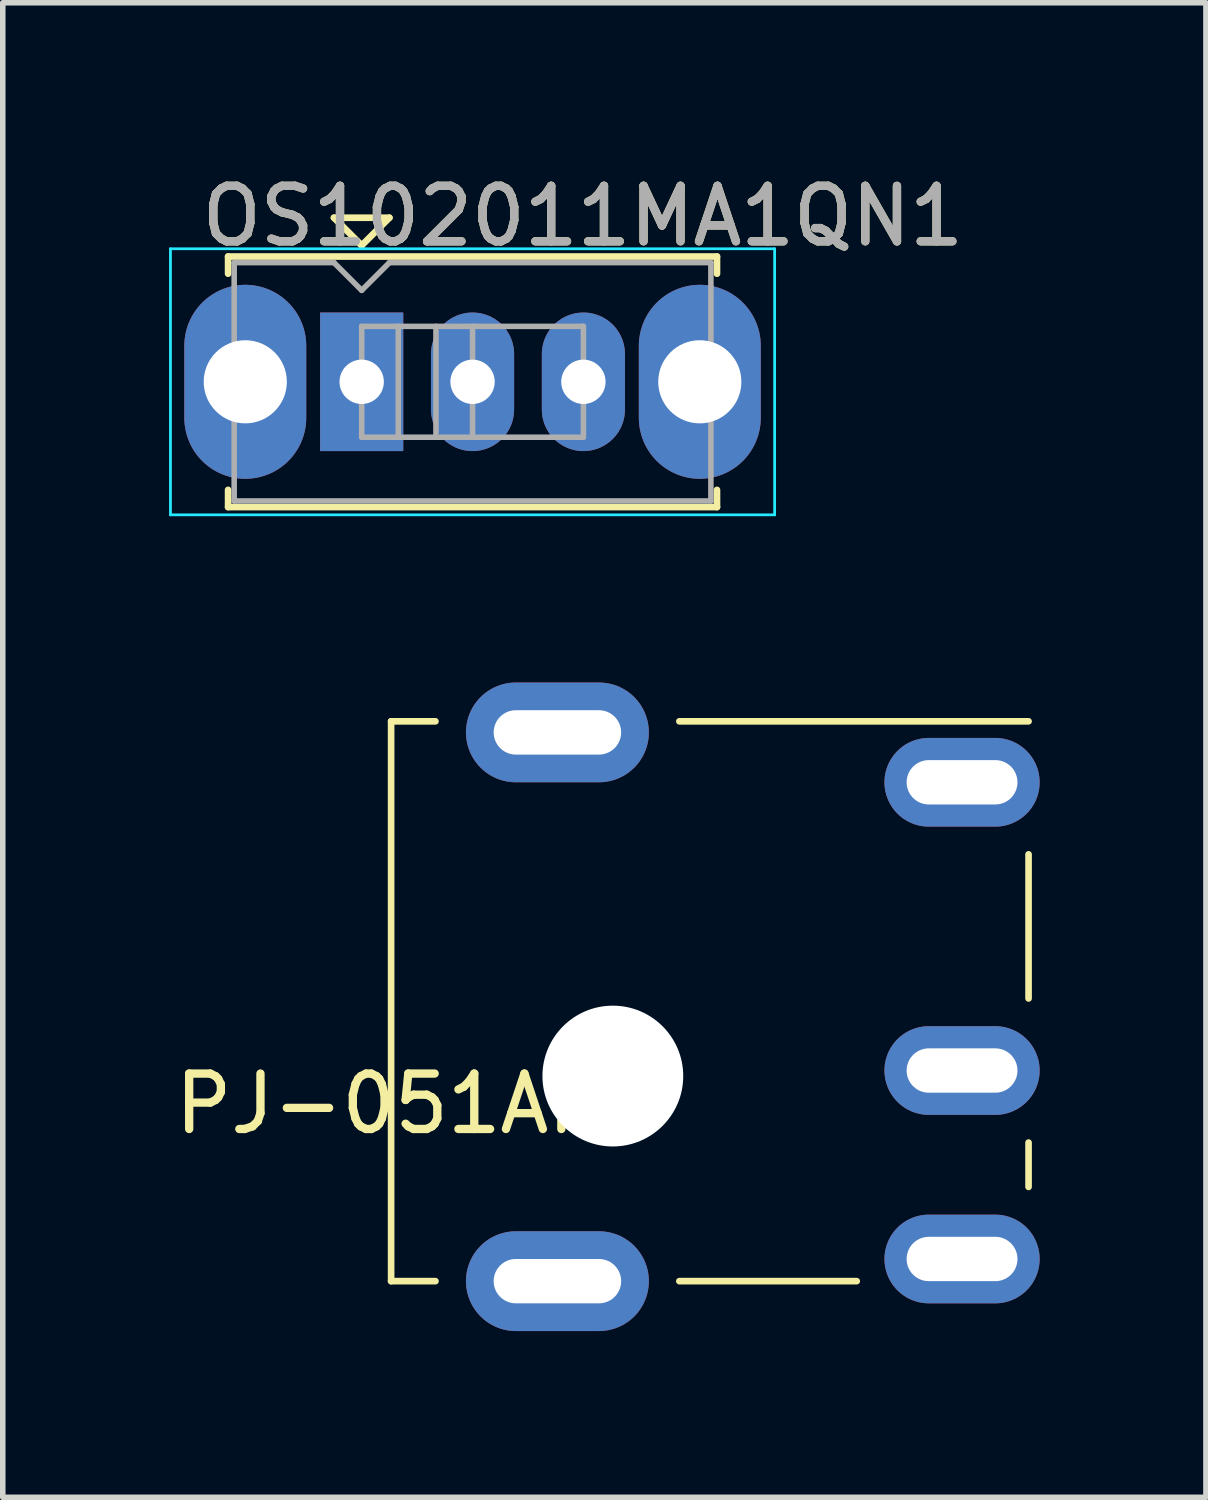
<source format=kicad_pcb>
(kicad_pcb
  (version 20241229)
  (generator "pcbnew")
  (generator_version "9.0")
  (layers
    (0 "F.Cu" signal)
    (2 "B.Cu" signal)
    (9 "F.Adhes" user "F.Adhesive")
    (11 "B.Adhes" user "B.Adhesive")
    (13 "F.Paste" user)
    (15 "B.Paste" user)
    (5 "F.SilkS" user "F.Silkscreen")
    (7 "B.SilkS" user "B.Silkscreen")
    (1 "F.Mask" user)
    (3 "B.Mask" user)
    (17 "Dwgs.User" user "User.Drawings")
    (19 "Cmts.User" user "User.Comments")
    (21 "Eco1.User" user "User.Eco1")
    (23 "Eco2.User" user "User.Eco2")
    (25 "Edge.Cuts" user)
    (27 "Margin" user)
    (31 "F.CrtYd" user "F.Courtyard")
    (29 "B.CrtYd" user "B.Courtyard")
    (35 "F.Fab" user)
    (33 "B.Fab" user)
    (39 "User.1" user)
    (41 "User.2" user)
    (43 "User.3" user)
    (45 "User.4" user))
  (footprint "OS102011MA1QN1"
    (layer "F.Cu")
    (at 3.475 3.838)
    (property "Reference" "OS102011MA1QN1" (at 3.99 -2.99 0) (layer "F.SilkS") (effects (font (size 1 1) (thickness 0.15))))
    (attr through_hole)
    (fp_line (start -2.41 -2.26) (end 6.41 -2.26) (stroke (width 0.12) (type solid)) (layer "F.SilkS"))
    (fp_line (start -2.41 -1.95) (end -2.41 -2.26) (stroke (width 0.12) (type solid)) (layer "F.SilkS"))
    (fp_line (start -2.41 2.26) (end -2.41 1.95) (stroke (width 0.12) (type solid)) (layer "F.SilkS"))
    (fp_line (start -0.5 -2.96) (end 0 -2.46) (stroke (width 0.12) (type solid)) (layer "F.SilkS"))
    (fp_line (start 0 -2.46) (end 0.5 -2.96) (stroke (width 0.12) (type solid)) (layer "F.SilkS"))
    (fp_line (start 0.5 -2.96) (end -0.5 -2.96) (stroke (width 0.12) (type solid)) (layer "F.SilkS"))
    (fp_line (start 6.41 -2.26) (end 6.41 -1.95) (stroke (width 0.12) (type solid)) (layer "F.SilkS"))
    (fp_line (start 6.41 2.26) (end -2.41 2.26) (stroke (width 0.12) (type solid)) (layer "F.SilkS"))
    (fp_line (start 6.41 2.26) (end 6.41 1.95) (stroke (width 0.12) (type solid)) (layer "F.SilkS"))
    (fp_line (start -3.45 -2.4) (end 7.45 -2.4) (stroke (width 0.05) (type solid)) (layer "B.CrtYd"))
    (fp_line (start -3.45 2.4) (end -3.45 -2.4) (stroke (width 0.05) (type solid)) (layer "B.CrtYd"))
    (fp_line (start 7.45 -2.4) (end 7.45 2.4) (stroke (width 0.05) (type solid)) (layer "B.CrtYd"))
    (fp_line (start 7.45 2.4) (end -3.45 2.4) (stroke (width 0.05) (type solid)) (layer "B.CrtYd"))
    (fp_line (start -2.3 -2.15) (end -0.5 -2.15) (stroke (width 0.1) (type solid)) (layer "F.Fab"))
    (fp_line (start -2.3 2.15) (end -2.3 -2.15) (stroke (width 0.1) (type solid)) (layer "F.Fab"))
    (fp_line (start -0.5 -2.15) (end 0 -1.65) (stroke (width 0.1) (type solid)) (layer "F.Fab"))
    (fp_line (start 0 -1.65) (end 0.5 -2.15) (stroke (width 0.1) (type solid)) (layer "F.Fab"))
    (fp_line (start 0 -1) (end 0 1) (stroke (width 0.1) (type solid)) (layer "F.Fab"))
    (fp_line (start 0 -1) (end 4 -1) (stroke (width 0.1) (type solid)) (layer "F.Fab"))
    (fp_line (start 0 1) (end 4 1) (stroke (width 0.1) (type solid)) (layer "F.Fab"))
    (fp_line (start 0.5 -2.15) (end 6.3 -2.15) (stroke (width 0.1) (type solid)) (layer "F.Fab"))
    (fp_line (start 0.66 -1) (end 0.66 1) (stroke (width 0.1) (type solid)) (layer "F.Fab"))
    (fp_line (start 1.34 -1) (end 1.34 1) (stroke (width 0.1) (type solid)) (layer "F.Fab"))
    (fp_line (start 2 -1) (end 2 1) (stroke (width 0.1) (type solid)) (layer "F.Fab"))
    (fp_line (start 4 -1) (end 4 1) (stroke (width 0.1) (type solid)) (layer "F.Fab"))
    (fp_line (start 6.3 -2.15) (end 6.3 2.15) (stroke (width 0.1) (type solid)) (layer "F.Fab"))
    (fp_line (start 6.3 2.15) (end -2.3 2.15) (stroke (width 0.1) (type solid)) (layer "F.Fab"))
    (fp_text user "${REFERENCE}" (at 3.99 -2.99 0) (layer "F.Fab") (effects (font (size 1 1) (thickness 0.15))))
    (pad "" thru_hole oval (at -2.1 0) (size 2.2 3.5) (drill 1.5) (layers "*.Cu" "*.Mask"))
    (pad "" thru_hole oval (at 6.1 0) (size 2.2 3.5) (drill 1.5) (layers "*.Cu" "*.Mask"))
    (pad "1" thru_hole rect (at 0 0) (size 1.5 2.5) (drill 0.8) (layers "*.Cu" "*.Mask"))
    (pad "2" thru_hole oval (at 2 0) (size 1.5 2.5) (drill 0.8) (layers "*.Cu" "*.Mask"))
    (pad "3" thru_hole oval (at 4 0) (size 1.5 2.5) (drill 0.8) (layers "*.Cu" "*.Mask")))
  (footprint "PJ-051AH"
    (layer "F.Cu")
    (at 4.006 16.363)
    (property "Reference" "PJ-051AH" (at 0 0.5 0) (layer "F.SilkS") (effects (font (size 1 1) (thickness 0.15))))
    (attr through_hole)
    (fp_line (start 0 -6.4) (end 0 3.7) (stroke (width 0.12) (type solid)) (layer "F.SilkS"))
    (fp_line (start 0 -6.4) (end 0.8 -6.4) (stroke (width 0.12) (type solid)) (layer "F.SilkS"))
    (fp_line (start 0 3.7) (end 0.8 3.7) (stroke (width 0.12) (type solid)) (layer "F.SilkS"))
    (fp_line (start 5.2 -6.4) (end 11.5 -6.4) (stroke (width 0.12) (type solid)) (layer "F.SilkS"))
    (fp_line (start 5.2 3.7) (end 8.4 3.7) (stroke (width 0.12) (type solid)) (layer "F.SilkS"))
    (fp_line (start 11.5 -4) (end 11.5 -1.4) (stroke (width 0.12) (type solid)) (layer "F.SilkS"))
    (fp_line (start 11.5 1.2) (end 11.5 2) (stroke (width 0.12) (type solid)) (layer "F.SilkS"))
    (pad "" thru_hole oval (at 3 -6.2) (size 3.3 1.8) (drill oval 2.3 0.8) (layers "*.Cu" "*.Mask"))
    (pad "" thru_hole oval (at 3 3.7) (size 3.3 1.8) (drill oval 2.3 0.8) (layers "*.Cu" "*.Mask"))
    (pad "" np_thru_hole circle (at 4 0) (size 2.54 2.54) (drill 2.54) (layers "*.Cu" "*.Mask"))
    (pad "1" thru_hole oval (at 10.3 3.3) (size 2.8 1.6) (drill oval 2 0.8) (layers "*.Cu" "*.Mask"))
    (pad "2" thru_hole oval (at 10.3 -5.3) (size 2.8 1.6) (drill oval 2 0.8) (layers "*.Cu" "*.Mask"))
    (pad "3" thru_hole oval (at 10.3 -0.1) (size 2.8 1.6) (drill oval 2 0.8) (layers "*.Cu" "*.Mask")))
  (gr_rect
    (start -3 -3)
    (end 18.706 23.963)
    (stroke (width 0.1) (type default))
    (fill no)
    (layer "Edge.Cuts")))
</source>
